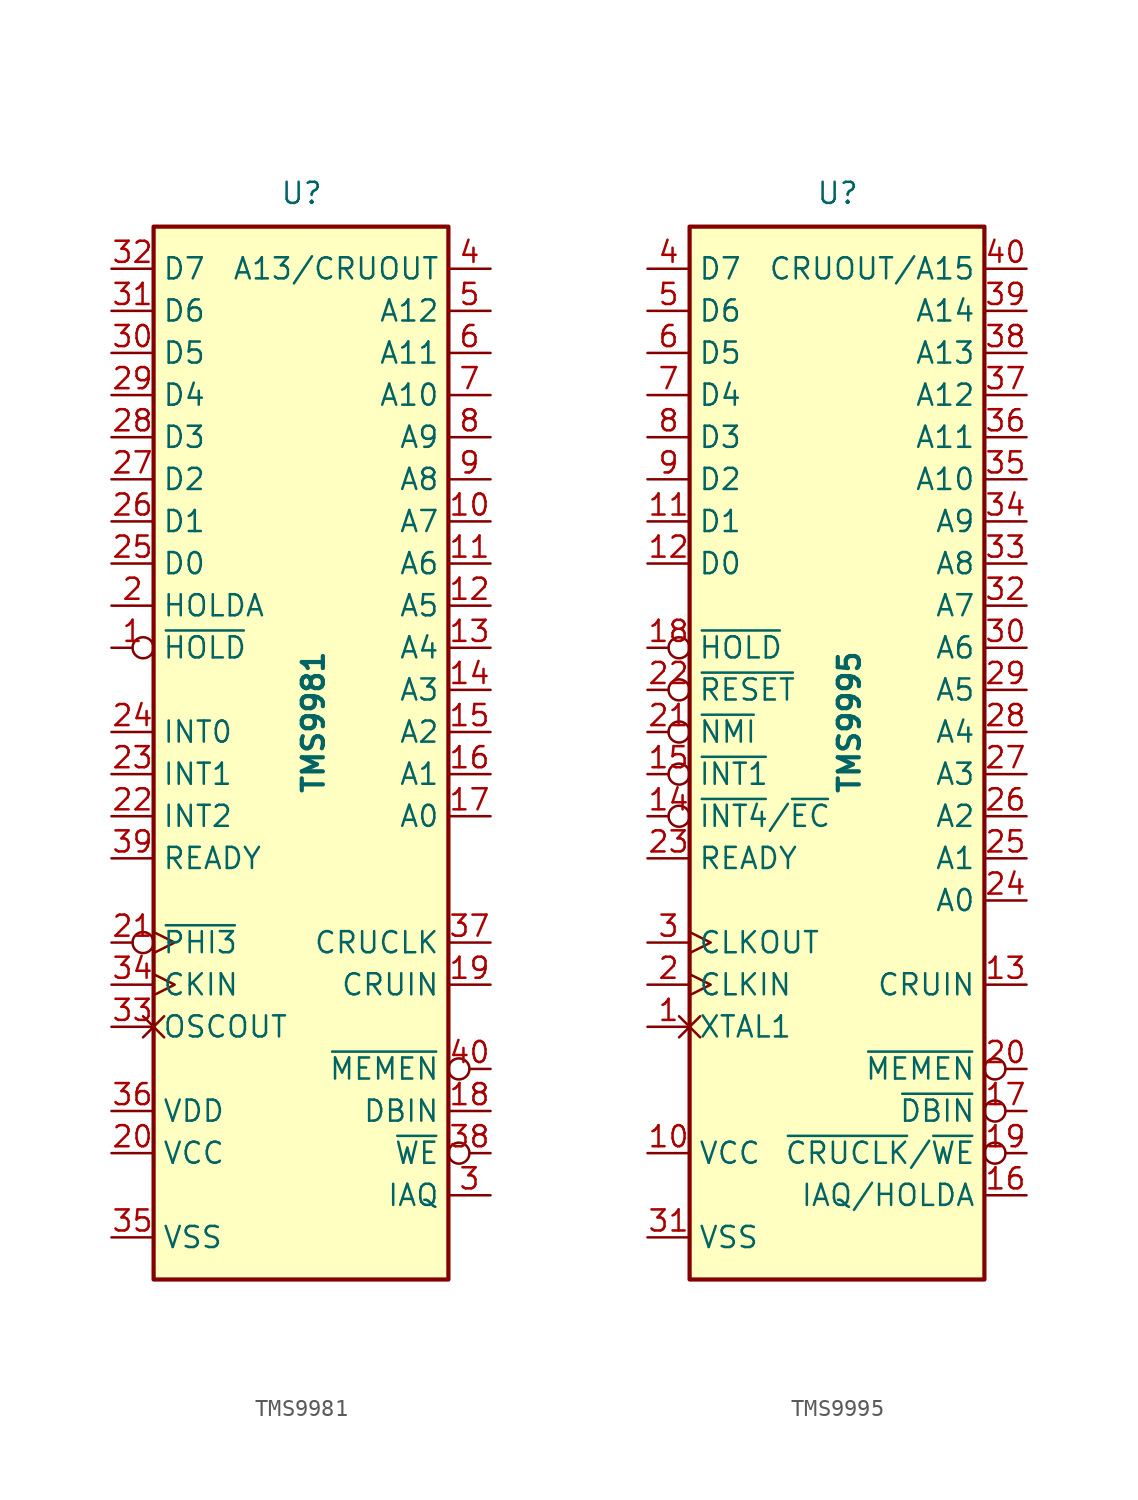
<source format=kicad_sym>
(kicad_symbol_lib
  (version 20231120)
  (generator "kicad_symbol_editor")
  (generator_version "8.0")
  (symbol "TMS9981"
    (property "Reference" "U"
      (at -1.27 31.75 0)
      (effects (font (size 1.27 1.27)) (justify left bottom)))
    (property "Value" "TMS9981"
      (at 0 -3.81 90)
      (effects (font (size 1.27 1.27) (bold yes)) (justify left top)))
    (symbol "TMS9981_0_1"
      (rectangle (start -8.89 -33.02) (end 8.89 30.48) (stroke (width 0.254) (type default)) (fill (type background))))
    (symbol "TMS9981_1_1"
      (pin input inverted (at -11.43 5.08 0) (length 2.54) (name "~{HOLD}" (effects (font (size 1.27 1.27)))) (number "1" (effects (font (size 1.27 1.27)))))
      (pin output line (at 11.43 12.7 180) (length 2.54) (name "A7" (effects (font (size 1.27 1.27)))) (number "10" (effects (font (size 1.27 1.27)))))
      (pin output line (at 11.43 10.16 180) (length 2.54) (name "A6" (effects (font (size 1.27 1.27)))) (number "11" (effects (font (size 1.27 1.27)))))
      (pin output line (at 11.43 7.62 180) (length 2.54) (name "A5" (effects (font (size 1.27 1.27)))) (number "12" (effects (font (size 1.27 1.27)))))
      (pin output line (at 11.43 5.08 180) (length 2.54) (name "A4" (effects (font (size 1.27 1.27)))) (number "13" (effects (font (size 1.27 1.27)))))
      (pin output line (at 11.43 2.54 180) (length 2.54) (name "A3" (effects (font (size 1.27 1.27)))) (number "14" (effects (font (size 1.27 1.27)))))
      (pin output line (at 11.43 0 180) (length 2.54) (name "A2" (effects (font (size 1.27 1.27)))) (number "15" (effects (font (size 1.27 1.27)))))
      (pin output line (at 11.43 -2.54 180) (length 2.54) (name "A1" (effects (font (size 1.27 1.27)))) (number "16" (effects (font (size 1.27 1.27)))))
      (pin output line (at 11.43 -5.08 180) (length 2.54) (name "A0" (effects (font (size 1.27 1.27)))) (number "17" (effects (font (size 1.27 1.27)))))
      (pin output line (at 11.43 -22.86 180) (length 2.54) (name "DBIN" (effects (font (size 1.27 1.27)))) (number "18" (effects (font (size 1.27 1.27)))))
      (pin input line (at 11.43 -15.24 180) (length 2.54) (name "CRUIN" (effects (font (size 1.27 1.27)))) (number "19" (effects (font (size 1.27 1.27)))))
      (pin output line (at -11.43 7.62 0) (length 2.54) (name "HOLDA" (effects (font (size 1.27 1.27)))) (number "2" (effects (font (size 1.27 1.27)))))
      (pin power_in line (at -11.43 -25.4 0) (length 2.54) (name "VCC" (effects (font (size 1.27 1.27)))) (number "20" (effects (font (size 1.27 1.27)))))
      (pin output inverted_clock (at -11.43 -12.7 0) (length 2.54) (name "~{PHI3}" (effects (font (size 1.27 1.27)))) (number "21" (effects (font (size 1.27 1.27)))))
      (pin input line (at -11.43 -5.08 0) (length 2.54) (name "INT2" (effects (font (size 1.27 1.27)))) (number "22" (effects (font (size 1.27 1.27)))))
      (pin input line (at -11.43 -2.54 0) (length 2.54) (name "INT1" (effects (font (size 1.27 1.27)))) (number "23" (effects (font (size 1.27 1.27)))))
      (pin input line (at -11.43 0 0) (length 2.54) (name "INT0" (effects (font (size 1.27 1.27)))) (number "24" (effects (font (size 1.27 1.27)))))
      (pin bidirectional line (at -11.43 10.16 0) (length 2.54) (name "D0" (effects (font (size 1.27 1.27)))) (number "25" (effects (font (size 1.27 1.27)))))
      (pin bidirectional line (at -11.43 12.7 0) (length 2.54) (name "D1" (effects (font (size 1.27 1.27)))) (number "26" (effects (font (size 1.27 1.27)))))
      (pin bidirectional line (at -11.43 15.24 0) (length 2.54) (name "D2" (effects (font (size 1.27 1.27)))) (number "27" (effects (font (size 1.27 1.27)))))
      (pin bidirectional line (at -11.43 17.78 0) (length 2.54) (name "D3" (effects (font (size 1.27 1.27)))) (number "28" (effects (font (size 1.27 1.27)))))
      (pin bidirectional line (at -11.43 20.32 0) (length 2.54) (name "D4" (effects (font (size 1.27 1.27)))) (number "29" (effects (font (size 1.27 1.27)))))
      (pin output line (at 11.43 -27.94 180) (length 2.54) (name "IAQ" (effects (font (size 1.27 1.27)))) (number "3" (effects (font (size 1.27 1.27)))))
      (pin bidirectional line (at -11.43 22.86 0) (length 2.54) (name "D5" (effects (font (size 1.27 1.27)))) (number "30" (effects (font (size 1.27 1.27)))))
      (pin bidirectional line (at -11.43 25.4 0) (length 2.54) (name "D6" (effects (font (size 1.27 1.27)))) (number "31" (effects (font (size 1.27 1.27)))))
      (pin bidirectional line (at -11.43 27.94 0) (length 2.54) (name "D7" (effects (font (size 1.27 1.27)))) (number "32" (effects (font (size 1.27 1.27)))))
      (pin passive non_logic (at -11.43 -17.78 0) (length 2.54) (name "OSCOUT" (effects (font (size 1.27 1.27)))) (number "33" (effects (font (size 1.27 1.27)))))
      (pin input clock (at -11.43 -15.24 0) (length 2.54) (name "CKIN" (effects (font (size 1.27 1.27)))) (number "34" (effects (font (size 1.27 1.27)))))
      (pin power_in line (at -11.43 -30.48 0) (length 2.54) (name "VSS" (effects (font (size 1.27 1.27)))) (number "35" (effects (font (size 1.27 1.27)))))
      (pin power_in line (at -11.43 -22.86 0) (length 2.54) (name "VDD" (effects (font (size 1.27 1.27)))) (number "36" (effects (font (size 1.27 1.27)))))
      (pin output line (at 11.43 -12.7 180) (length 2.54) (name "CRUCLK" (effects (font (size 1.27 1.27)))) (number "37" (effects (font (size 1.27 1.27)))))
      (pin output inverted (at 11.43 -25.4 180) (length 2.54) (name "~{WE}" (effects (font (size 1.27 1.27)))) (number "38" (effects (font (size 1.27 1.27)))))
      (pin input line (at -11.43 -7.62 0) (length 2.54) (name "READY" (effects (font (size 1.27 1.27)))) (number "39" (effects (font (size 1.27 1.27)))))
      (pin output line (at 11.43 27.94 180) (length 2.54) (name "A13/CRUOUT" (effects (font (size 1.27 1.27)))) (number "4" (effects (font (size 1.27 1.27)))))
      (pin output inverted (at 11.43 -20.32 180) (length 2.54) (name "~{MEMEN}" (effects (font (size 1.27 1.27)))) (number "40" (effects (font (size 1.27 1.27)))))
      (pin output line (at 11.43 25.4 180) (length 2.54) (name "A12" (effects (font (size 1.27 1.27)))) (number "5" (effects (font (size 1.27 1.27)))))
      (pin output line (at 11.43 22.86 180) (length 2.54) (name "A11" (effects (font (size 1.27 1.27)))) (number "6" (effects (font (size 1.27 1.27)))))
      (pin output line (at 11.43 20.32 180) (length 2.54) (name "A10" (effects (font (size 1.27 1.27)))) (number "7" (effects (font (size 1.27 1.27)))))
      (pin output line (at 11.43 17.78 180) (length 2.54) (name "A9" (effects (font (size 1.27 1.27)))) (number "8" (effects (font (size 1.27 1.27)))))
      (pin output line (at 11.43 15.24 180) (length 2.54) (name "A8" (effects (font (size 1.27 1.27)))) (number "9" (effects (font (size 1.27 1.27)))))))
  (symbol "TMS9995"
    (property "Reference" "U"
      (at -1.27 31.75 0)
      (effects (font (size 1.27 1.27)) (justify left bottom)))
    (property "Value" "TMS9995"
      (at 0 -3.81 90)
      (effects (font (size 1.27 1.27) (bold yes)) (justify left top)))
    (symbol "TMS9995_0_1"
      (rectangle (start -8.89 -33.02) (end 8.89 30.48) (stroke (width 0.254) (type default)) (fill (type background))))
    (symbol "TMS9995_1_1"
      (pin passive non_logic (at -11.43 -17.78 0) (length 2.54) (name "XTAL1" (effects (font (size 1.27 1.27)))) (number "1" (effects (font (size 1.27 1.27)))))
      (pin power_in line (at -11.43 -25.4 0) (length 2.54) (name "VCC" (effects (font (size 1.27 1.27)))) (number "10" (effects (font (size 1.27 1.27)))))
      (pin bidirectional line (at -11.43 12.7 0) (length 2.54) (name "D1" (effects (font (size 1.27 1.27)))) (number "11" (effects (font (size 1.27 1.27)))))
      (pin bidirectional line (at -11.43 10.16 0) (length 2.54) (name "D0" (effects (font (size 1.27 1.27)))) (number "12" (effects (font (size 1.27 1.27)))))
      (pin input line (at 11.43 -15.24 180) (length 2.54) (name "CRUIN" (effects (font (size 1.27 1.27)))) (number "13" (effects (font (size 1.27 1.27)))))
      (pin input inverted (at -11.43 -5.08 0) (length 2.54) (name "~{INT4}/~{EC}" (effects (font (size 1.27 1.27)))) (number "14" (effects (font (size 1.27 1.27)))))
      (pin input inverted (at -11.43 -2.54 0) (length 2.54) (name "~{INT1}" (effects (font (size 1.27 1.27)))) (number "15" (effects (font (size 1.27 1.27)))))
      (pin output line (at 11.43 -27.94 180) (length 2.54) (name "IAQ/HOLDA" (effects (font (size 1.27 1.27)))) (number "16" (effects (font (size 1.27 1.27)))))
      (pin output inverted (at 11.43 -22.86 180) (length 2.54) (name "~{DBIN}" (effects (font (size 1.27 1.27)))) (number "17" (effects (font (size 1.27 1.27)))))
      (pin input inverted (at -11.43 5.08 0) (length 2.54) (name "~{HOLD}" (effects (font (size 1.27 1.27)))) (number "18" (effects (font (size 1.27 1.27)))))
      (pin output inverted (at 11.43 -25.4 180) (length 2.54) (name "~{CRUCLK}/~{WE}" (effects (font (size 1.27 1.27)))) (number "19" (effects (font (size 1.27 1.27)))))
      (pin input clock (at -11.43 -15.24 0) (length 2.54) (name "CLKIN" (effects (font (size 1.27 1.27)))) (number "2" (effects (font (size 1.27 1.27)))))
      (pin output inverted (at 11.43 -20.32 180) (length 2.54) (name "~{MEMEN}" (effects (font (size 1.27 1.27)))) (number "20" (effects (font (size 1.27 1.27)))))
      (pin input inverted (at -11.43 0 0) (length 2.54) (name "~{NMI}" (effects (font (size 1.27 1.27)))) (number "21" (effects (font (size 1.27 1.27)))))
      (pin input inverted (at -11.43 2.54 0) (length 2.54) (name "~{RESET}" (effects (font (size 1.27 1.27)))) (number "22" (effects (font (size 1.27 1.27)))))
      (pin input line (at -11.43 -7.62 0) (length 2.54) (name "READY" (effects (font (size 1.27 1.27)))) (number "23" (effects (font (size 1.27 1.27)))))
      (pin output line (at 11.43 -10.16 180) (length 2.54) (name "A0" (effects (font (size 1.27 1.27)))) (number "24" (effects (font (size 1.27 1.27)))))
      (pin output line (at 11.43 -7.62 180) (length 2.54) (name "A1" (effects (font (size 1.27 1.27)))) (number "25" (effects (font (size 1.27 1.27)))))
      (pin output line (at 11.43 -5.08 180) (length 2.54) (name "A2" (effects (font (size 1.27 1.27)))) (number "26" (effects (font (size 1.27 1.27)))))
      (pin output line (at 11.43 -2.54 180) (length 2.54) (name "A3" (effects (font (size 1.27 1.27)))) (number "27" (effects (font (size 1.27 1.27)))))
      (pin output line (at 11.43 0 180) (length 2.54) (name "A4" (effects (font (size 1.27 1.27)))) (number "28" (effects (font (size 1.27 1.27)))))
      (pin output line (at 11.43 2.54 180) (length 2.54) (name "A5" (effects (font (size 1.27 1.27)))) (number "29" (effects (font (size 1.27 1.27)))))
      (pin output clock (at -11.43 -12.7 0) (length 2.54) (name "CLKOUT" (effects (font (size 1.27 1.27)))) (number "3" (effects (font (size 1.27 1.27)))))
      (pin output line (at 11.43 5.08 180) (length 2.54) (name "A6" (effects (font (size 1.27 1.27)))) (number "30" (effects (font (size 1.27 1.27)))))
      (pin power_in line (at -11.43 -30.48 0) (length 2.54) (name "VSS" (effects (font (size 1.27 1.27)))) (number "31" (effects (font (size 1.27 1.27)))))
      (pin output line (at 11.43 7.62 180) (length 2.54) (name "A7" (effects (font (size 1.27 1.27)))) (number "32" (effects (font (size 1.27 1.27)))))
      (pin output line (at 11.43 10.16 180) (length 2.54) (name "A8" (effects (font (size 1.27 1.27)))) (number "33" (effects (font (size 1.27 1.27)))))
      (pin output line (at 11.43 12.7 180) (length 2.54) (name "A9" (effects (font (size 1.27 1.27)))) (number "34" (effects (font (size 1.27 1.27)))))
      (pin output line (at 11.43 15.24 180) (length 2.54) (name "A10" (effects (font (size 1.27 1.27)))) (number "35" (effects (font (size 1.27 1.27)))))
      (pin output line (at 11.43 17.78 180) (length 2.54) (name "A11" (effects (font (size 1.27 1.27)))) (number "36" (effects (font (size 1.27 1.27)))))
      (pin output line (at 11.43 20.32 180) (length 2.54) (name "A12" (effects (font (size 1.27 1.27)))) (number "37" (effects (font (size 1.27 1.27)))))
      (pin output line (at 11.43 22.86 180) (length 2.54) (name "A13" (effects (font (size 1.27 1.27)))) (number "38" (effects (font (size 1.27 1.27)))))
      (pin output line (at 11.43 25.4 180) (length 2.54) (name "A14" (effects (font (size 1.27 1.27)))) (number "39" (effects (font (size 1.27 1.27)))))
      (pin bidirectional line (at -11.43 27.94 0) (length 2.54) (name "D7" (effects (font (size 1.27 1.27)))) (number "4" (effects (font (size 1.27 1.27)))))
      (pin output line (at 11.43 27.94 180) (length 2.54) (name "CRUOUT/A15" (effects (font (size 1.27 1.27)))) (number "40" (effects (font (size 1.27 1.27)))))
      (pin bidirectional line (at -11.43 25.4 0) (length 2.54) (name "D6" (effects (font (size 1.27 1.27)))) (number "5" (effects (font (size 1.27 1.27)))))
      (pin bidirectional line (at -11.43 22.86 0) (length 2.54) (name "D5" (effects (font (size 1.27 1.27)))) (number "6" (effects (font (size 1.27 1.27)))))
      (pin bidirectional line (at -11.43 20.32 0) (length 2.54) (name "D4" (effects (font (size 1.27 1.27)))) (number "7" (effects (font (size 1.27 1.27)))))
      (pin bidirectional line (at -11.43 17.78 0) (length 2.54) (name "D3" (effects (font (size 1.27 1.27)))) (number "8" (effects (font (size 1.27 1.27)))))
      (pin bidirectional line (at -11.43 15.24 0) (length 2.54) (name "D2" (effects (font (size 1.27 1.27)))) (number "9" (effects (font (size 1.27 1.27))))))))
</source>
